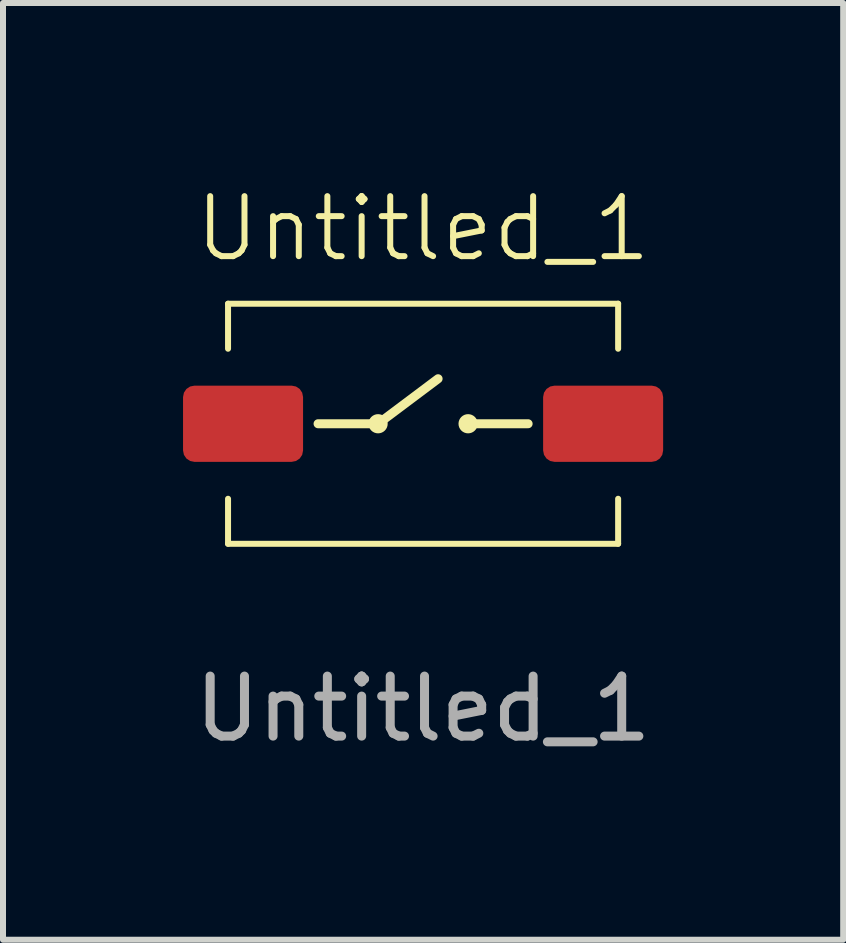
<source format=kicad_pcb>
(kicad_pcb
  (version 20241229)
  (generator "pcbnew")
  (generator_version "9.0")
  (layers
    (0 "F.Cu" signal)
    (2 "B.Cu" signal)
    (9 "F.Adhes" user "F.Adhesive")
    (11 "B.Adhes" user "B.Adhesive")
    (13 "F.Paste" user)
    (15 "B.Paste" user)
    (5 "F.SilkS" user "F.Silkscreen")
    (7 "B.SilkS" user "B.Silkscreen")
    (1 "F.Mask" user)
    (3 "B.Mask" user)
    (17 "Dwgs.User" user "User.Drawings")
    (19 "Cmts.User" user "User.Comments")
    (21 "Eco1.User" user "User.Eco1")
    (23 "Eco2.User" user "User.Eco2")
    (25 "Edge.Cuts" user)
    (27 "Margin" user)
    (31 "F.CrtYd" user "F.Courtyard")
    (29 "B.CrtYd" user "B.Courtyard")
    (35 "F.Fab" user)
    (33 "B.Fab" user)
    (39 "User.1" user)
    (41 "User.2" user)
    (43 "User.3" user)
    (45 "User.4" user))
  (footprint "Untitled_1"
    (layer "F.Cu")
    (at 4 4.011)
    (property "Reference" "Untitled_1" (at 0 -3.25 0) (unlocked yes) (layer "F.SilkS") (effects (font (size 1 1) (thickness 0.1))))
    (attr smd)
    (fp_line (start -3.25 -2) (end 3.25 -2) (stroke (width 0.1) (type default)) (layer "F.SilkS"))
    (fp_line (start -3.25 -1.25) (end -3.25 -2) (stroke (width 0.1) (type default)) (layer "F.SilkS"))
    (fp_line (start -3.25 1.25) (end -3.25 2) (stroke (width 0.1) (type default)) (layer "F.SilkS"))
    (fp_line (start -3.25 2) (end 3.25 2) (stroke (width 0.1) (type default)) (layer "F.SilkS"))
    (fp_line (start -1.75 0) (end -0.75 0) (stroke (width 0.15) (type default)) (layer "F.SilkS"))
    (fp_line (start -0.75 0) (end 0.25 -0.75) (stroke (width 0.15) (type default)) (layer "F.SilkS"))
    (fp_line (start 1.75 0) (end 0.75 0) (stroke (width 0.15) (type default)) (layer "F.SilkS"))
    (fp_line (start 3.25 -2) (end 3.25 -1.25) (stroke (width 0.1) (type default)) (layer "F.SilkS"))
    (fp_line (start 3.25 2) (end 3.25 1.25) (stroke (width 0.1) (type default)) (layer "F.SilkS"))
    (fp_circle (center -0.75 0) (end -0.65 0) (stroke (width 0.12) (type default)) (fill no) (layer "F.SilkS"))
    (fp_circle (center 0.75 0) (end 0.85 0) (stroke (width 0.12) (type default)) (fill no) (layer "F.SilkS"))
    (fp_text user "${REFERENCE}" (at 0 4.75 0) (unlocked yes) (layer "F.Fab") (effects (font (size 1 1) (thickness 0.15))))
    (pad "1" smd roundrect (at -3 0) (size 2 1.27) (layers "F.Cu" "F.Mask" "F.Paste") (roundrect_rratio 0.15))
    (pad "1" smd roundrect (at 3 0) (size 2 1.27) (layers "F.Cu" "F.Mask" "F.Paste") (roundrect_rratio 0.15)))
  (gr_rect
    (start -3 -3)
    (end 11 12.609)
    (stroke (width 0.1) (type default))
    (fill no)
    (layer "Edge.Cuts")))
</source>
